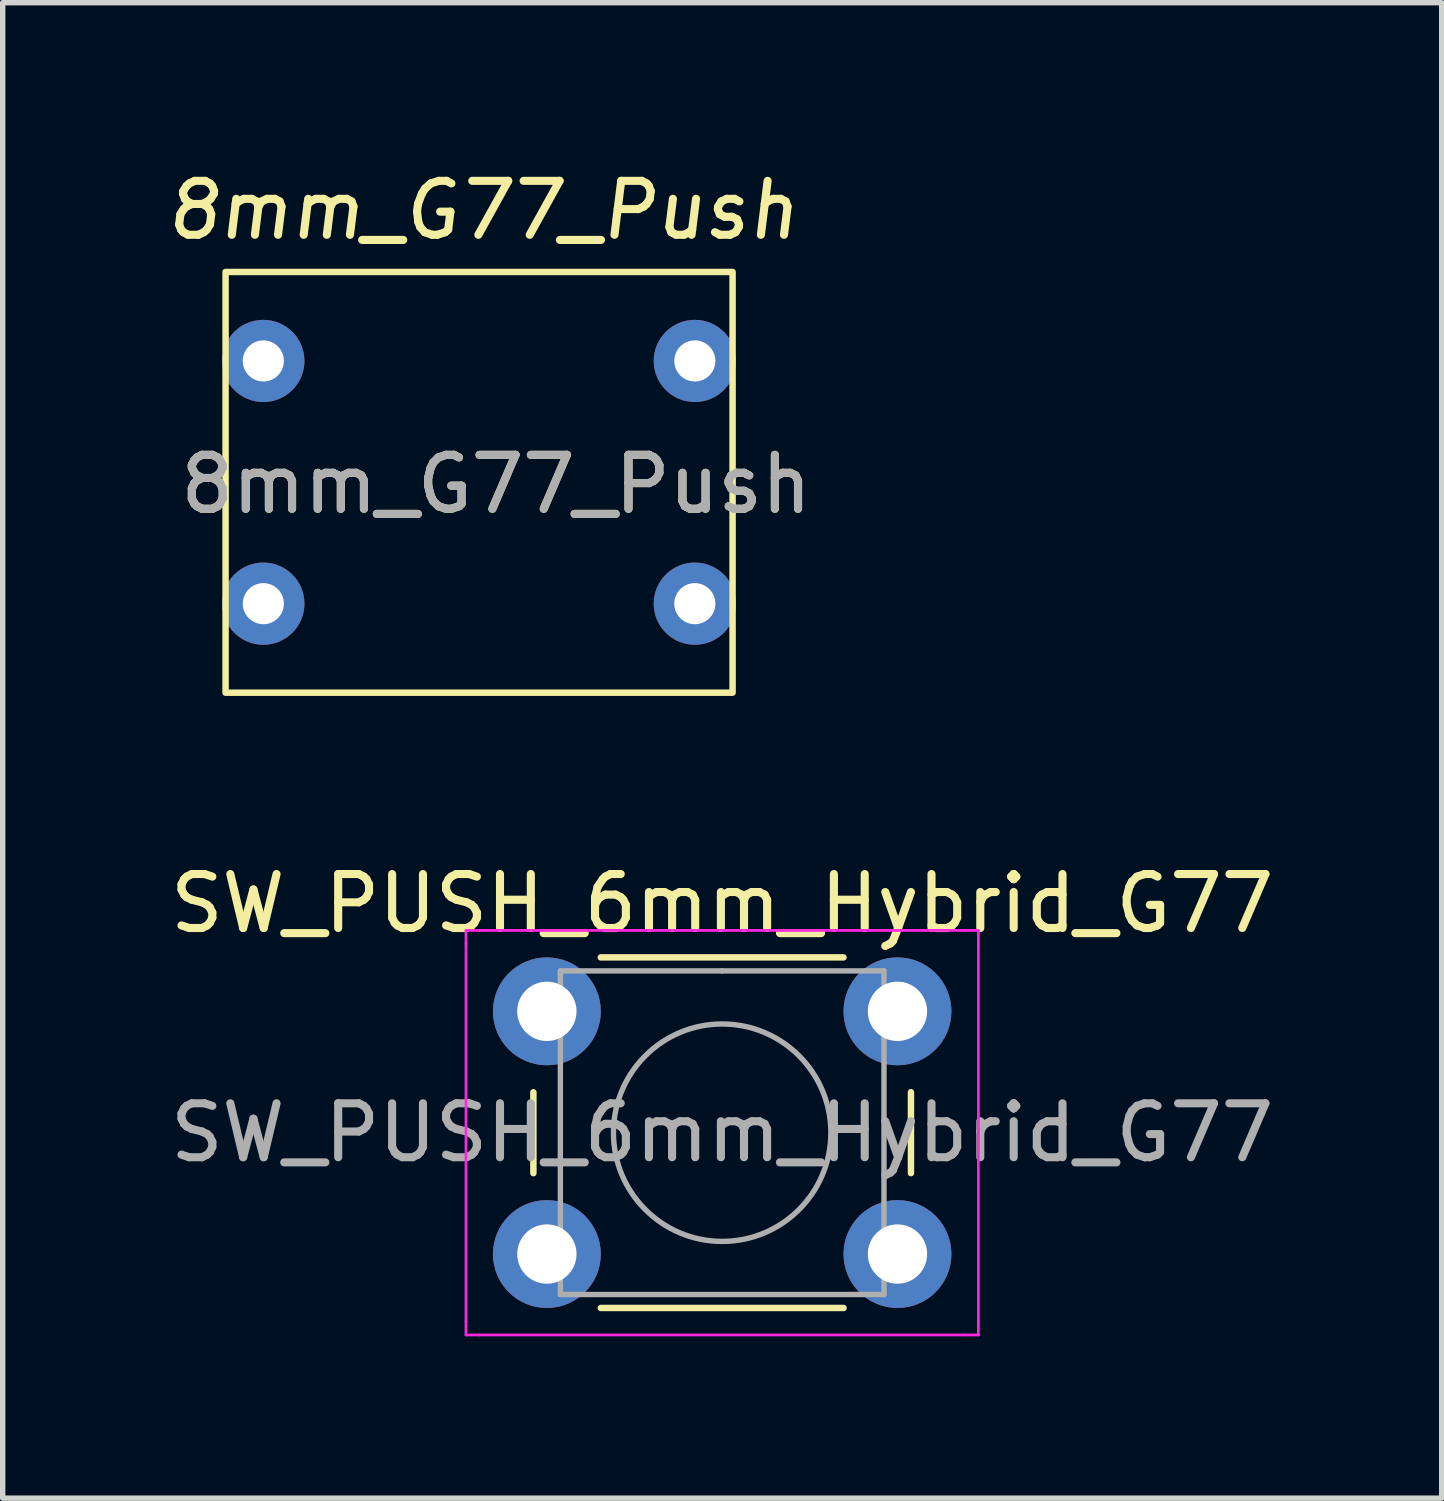
<source format=kicad_pcb>
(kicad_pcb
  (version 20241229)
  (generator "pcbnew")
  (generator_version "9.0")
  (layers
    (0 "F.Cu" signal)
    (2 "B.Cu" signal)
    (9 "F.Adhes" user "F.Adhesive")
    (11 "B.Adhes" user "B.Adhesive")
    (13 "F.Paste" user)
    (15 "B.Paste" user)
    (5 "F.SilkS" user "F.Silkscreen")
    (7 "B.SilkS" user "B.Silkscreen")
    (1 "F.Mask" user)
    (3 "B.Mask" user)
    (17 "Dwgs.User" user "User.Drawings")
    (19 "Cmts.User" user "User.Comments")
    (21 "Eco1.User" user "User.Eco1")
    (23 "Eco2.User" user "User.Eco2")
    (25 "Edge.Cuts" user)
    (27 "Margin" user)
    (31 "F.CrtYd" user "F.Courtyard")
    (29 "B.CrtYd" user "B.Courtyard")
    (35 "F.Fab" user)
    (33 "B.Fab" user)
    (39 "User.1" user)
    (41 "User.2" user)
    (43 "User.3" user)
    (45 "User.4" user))
  (footprint "8mm_G77_Push"
    (layer "F.Cu")
    (at 1.832 3.642)
    (property "Reference" "8mm_G77_Push" (at 4.318 2.286 0) (unlocked yes) (layer "F.SilkS") (effects (font (size 1 1) (thickness 0.15))))
    (property "Value" "8mm_G77_Push" (at 4.064 -2.794 0) (unlocked yes) (layer "F.Fab") (hide yes) (effects (font (size 1 1) (thickness 0.15))))
    (attr through_hole)
    (fp_rect (start -0.7 -1.65) (end 8.7 6.15) (stroke (width 0.12) (type solid)) (fill no) (layer "F.SilkS"))
    (fp_text user "${VALUE}" (at 4.064 -2.794 0) (unlocked yes) (layer "F.SilkS") (effects (font (size 1 1) (thickness 0.15) (italic yes))))
    (fp_text user "${REFERENCE}" (at 4.318 2.286 0) (unlocked yes) (layer "F.Fab") (effects (font (size 1 1) (thickness 0.15))))
    (pad "1" thru_hole circle (at 0 4.5) (size 1.524 1.524) (drill 0.762) (layers "*.Cu" "*.Mask"))
    (pad "1" thru_hole circle (at 8 4.5) (size 1.524 1.524) (drill 0.762) (layers "*.Cu" "*.Mask"))
    (pad "2" thru_hole circle (at 0 0) (size 1.524 1.524) (drill 0.762) (layers "*.Cu" "*.Mask"))
    (pad "2" thru_hole circle (at 8 0) (size 1.524 1.524) (drill 0.762) (layers "*.Cu" "*.Mask")))
  (footprint "SW_PUSH_6mm_Hybrid_G77"
    (layer "F.Cu")
    (at 7.089 15.7)
    (property "Reference" "SW_PUSH_6mm_Hybrid_G77" (at 3.25 -2 0) (layer "F.SilkS") (effects (font (size 1 1) (thickness 0.15))))
    (attr through_hole)
    (fp_line (start -0.25 1.5) (end -0.25 3) (stroke (width 0.12) (type solid)) (layer "F.SilkS"))
    (fp_line (start 1 5.5) (end 5.5 5.5) (stroke (width 0.12) (type solid)) (layer "F.SilkS"))
    (fp_line (start 5.5 -1) (end 1 -1) (stroke (width 0.12) (type solid)) (layer "F.SilkS"))
    (fp_line (start 6.75 3) (end 6.75 1.5) (stroke (width 0.12) (type solid)) (layer "F.SilkS"))
    (fp_line (start -1.5 -1.5) (end -1.25 -1.5) (stroke (width 0.05) (type solid)) (layer "F.CrtYd"))
    (fp_line (start -1.5 -1.25) (end -1.5 -1.5) (stroke (width 0.05) (type solid)) (layer "F.CrtYd"))
    (fp_line (start -1.5 5.75) (end -1.5 -1.25) (stroke (width 0.05) (type solid)) (layer "F.CrtYd"))
    (fp_line (start -1.5 5.75) (end -1.5 6) (stroke (width 0.05) (type solid)) (layer "F.CrtYd"))
    (fp_line (start -1.5 6) (end -1.25 6) (stroke (width 0.05) (type solid)) (layer "F.CrtYd"))
    (fp_line (start -1.25 -1.5) (end 7.75 -1.5) (stroke (width 0.05) (type solid)) (layer "F.CrtYd"))
    (fp_line (start 7.75 -1.5) (end 8 -1.5) (stroke (width 0.05) (type solid)) (layer "F.CrtYd"))
    (fp_line (start 7.75 6) (end -1.25 6) (stroke (width 0.05) (type solid)) (layer "F.CrtYd"))
    (fp_line (start 7.75 6) (end 8 6) (stroke (width 0.05) (type solid)) (layer "F.CrtYd"))
    (fp_line (start 8 -1.5) (end 8 -1.25) (stroke (width 0.05) (type solid)) (layer "F.CrtYd"))
    (fp_line (start 8 -1.25) (end 8 5.75) (stroke (width 0.05) (type solid)) (layer "F.CrtYd"))
    (fp_line (start 8 6) (end 8 5.75) (stroke (width 0.05) (type solid)) (layer "F.CrtYd"))
    (fp_line (start 0.25 -0.75) (end 3.25 -0.75) (stroke (width 0.1) (type solid)) (layer "F.Fab"))
    (fp_line (start 0.25 5.25) (end 0.25 -0.75) (stroke (width 0.1) (type solid)) (layer "F.Fab"))
    (fp_line (start 3.25 -0.75) (end 6.25 -0.75) (stroke (width 0.1) (type solid)) (layer "F.Fab"))
    (fp_line (start 6.25 -0.75) (end 6.25 5.25) (stroke (width 0.1) (type solid)) (layer "F.Fab"))
    (fp_line (start 6.25 5.25) (end 0.25 5.25) (stroke (width 0.1) (type solid)) (layer "F.Fab"))
    (fp_circle (center 3.25 2.25) (end 1.25 2.5) (stroke (width 0.1) (type solid)) (fill no) (layer "F.Fab"))
    (fp_text user "${REFERENCE}" (at 3.25 2.25 0) (layer "F.Fab") (effects (font (size 1 1) (thickness 0.15))))
    (pad "1" thru_hole circle (at 0 0 90) (size 2 2) (drill 1.1) (layers "*.Cu" "*.Mask"))
    (pad "1" thru_hole circle (at 6.5 0 90) (size 2 2) (drill 1.1) (layers "*.Cu" "*.Mask"))
    (pad "2" thru_hole circle (at 0 4.5 90) (size 2 2) (drill 1.1) (layers "*.Cu" "*.Mask"))
    (pad "2" thru_hole circle (at 6.5 4.5 90) (size 2 2) (drill 1.1) (layers "*.Cu" "*.Mask")))
  (gr_rect
    (start -3 -3)
    (end 23.679 24.726)
    (stroke (width 0.1) (type default))
    (fill no)
    (layer "Edge.Cuts")))
</source>
